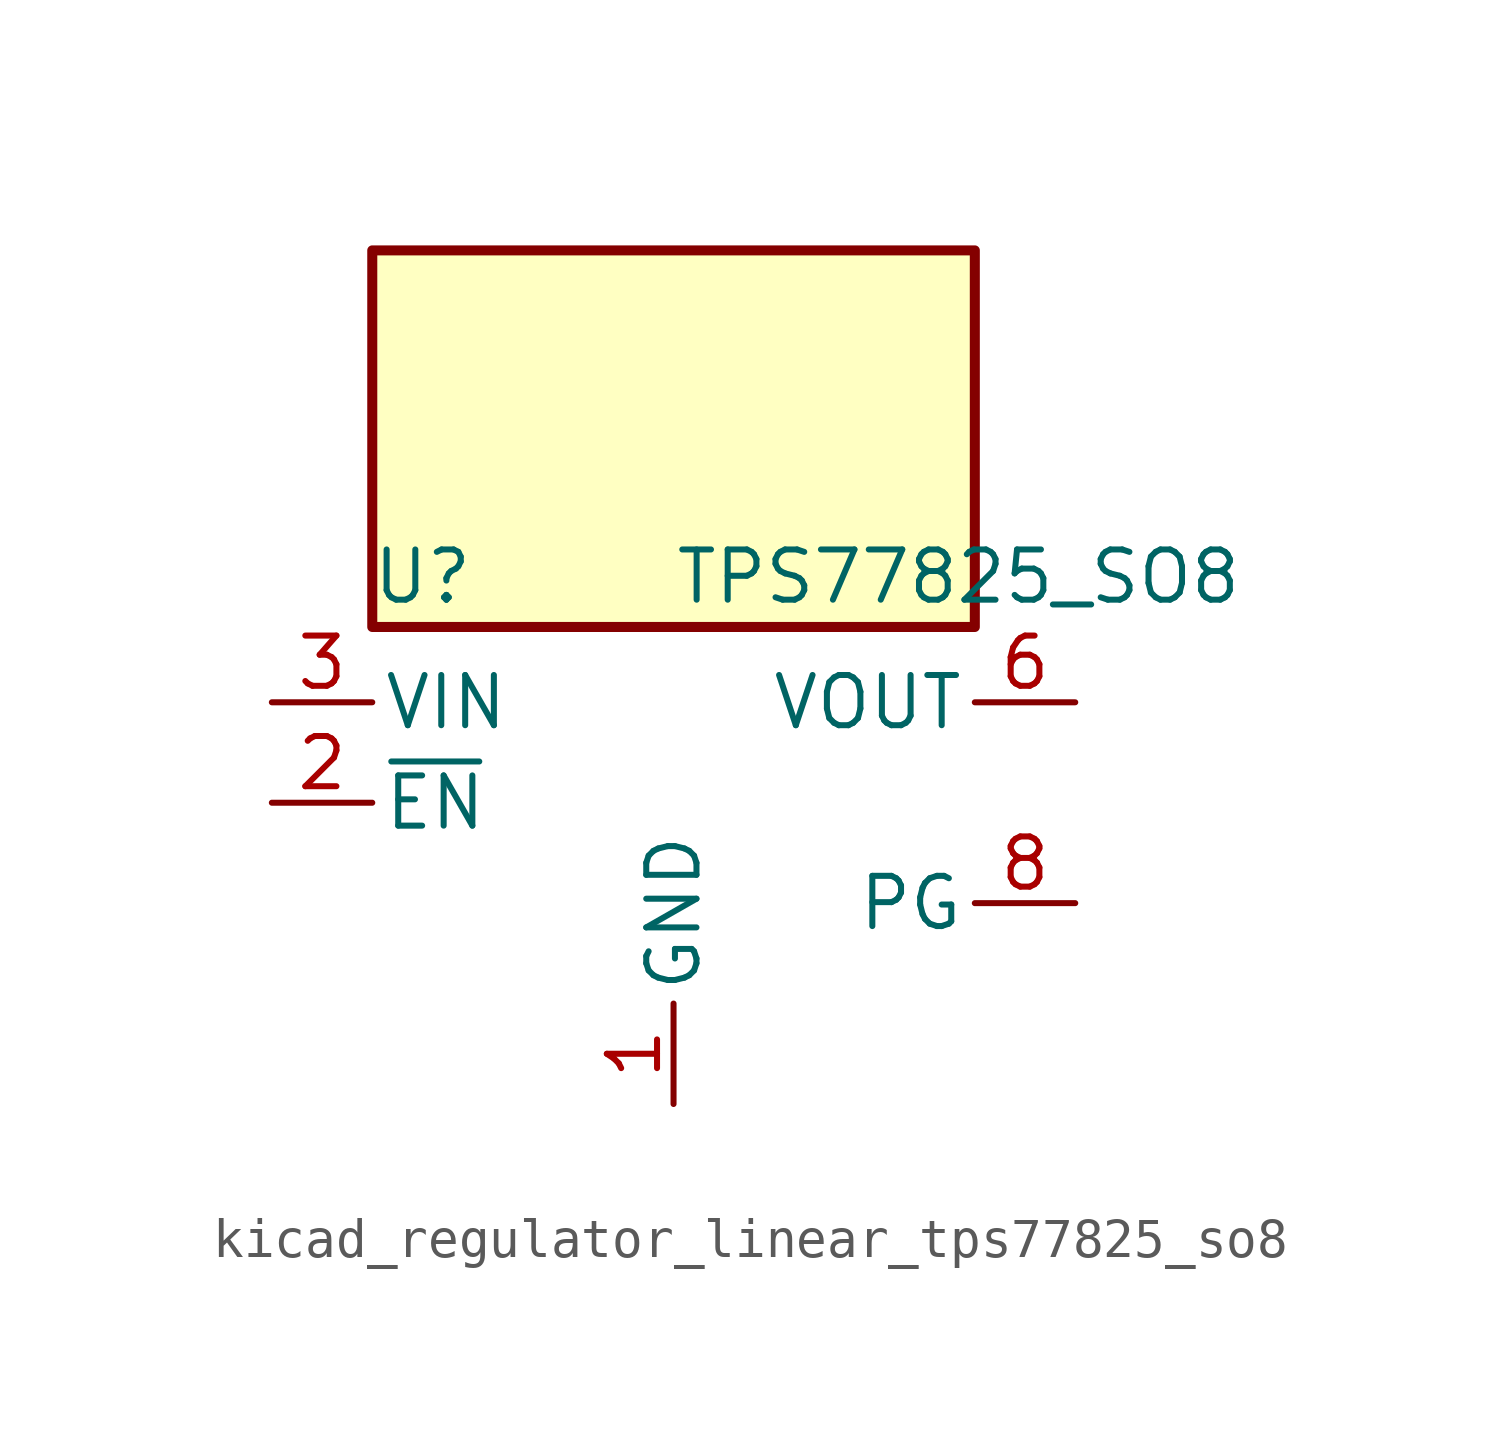
<source format=kicad_sym>
(kicad_symbol_lib
  (version 20220914)
  (generator kicad_symbol_editor)
  (symbol "kicad_regulator_linear_tps77825_so8"
    (pin_names
      (offset 0.254))
    (property "Reference" "U"
      (at -6.35 5.715 0)
      (effects (font (size 1.27 1.27))))
    (property "Value" "TPS77825_SO8"
      (at 0 5.715 0)
      (effects (font (size 1.27 1.27)) (justify left)))
    (symbol "kicad_regulator_linear_tps77825_so8_0_1"
      (rectangle (start 7.62 13.97) (end -7.62 4.445) (stroke (width 0.254) (type default)) (fill (type background))))
    (symbol "kicad_regulator_linear_tps77825_so8_1_1"
      (pin power_in line (at 0 -7.62 90) (length 2.54) (name "GND" (effects (font (size 1.27 1.27)))) (number "1" (effects (font (size 1.27 1.27)))))
      (pin input line (at -10.16 0 0) (length 2.54) (name "~{EN}" (effects (font (size 1.27 1.27)))) (number "2" (effects (font (size 1.27 1.27)))))
      (pin power_in line (at -10.16 2.54 0) (length 2.54) (name "VIN" (effects (font (size 1.27 1.27)))) (number "3" (effects (font (size 1.27 1.27)))))
      (pin passive line (at -10.16 2.54 0) (length 2.54) hide (name "VIN" (effects (font (size 1.27 1.27)))) (number "4" (effects (font (size 1.27 1.27)))))
      (pin passive line (at 10.16 2.54 180) (length 2.54) hide (name "VOUT" (effects (font (size 1.27 1.27)))) (number "5" (effects (font (size 1.27 1.27)))))
      (pin power_out line (at 10.16 2.54 180) (length 2.54) (name "VOUT" (effects (font (size 1.27 1.27)))) (number "6" (effects (font (size 1.27 1.27)))))
      (pin no_connect line (at 7.62 0 180) (length 2.54) hide (name "NC" (effects (font (size 1.27 1.27)))) (number "7" (effects (font (size 1.27 1.27)))))
      (pin open_collector line (at 10.16 -2.54 180) (length 2.54) (name "PG" (effects (font (size 1.27 1.27)))) (number "8" (effects (font (size 1.27 1.27))))))))
</source>
